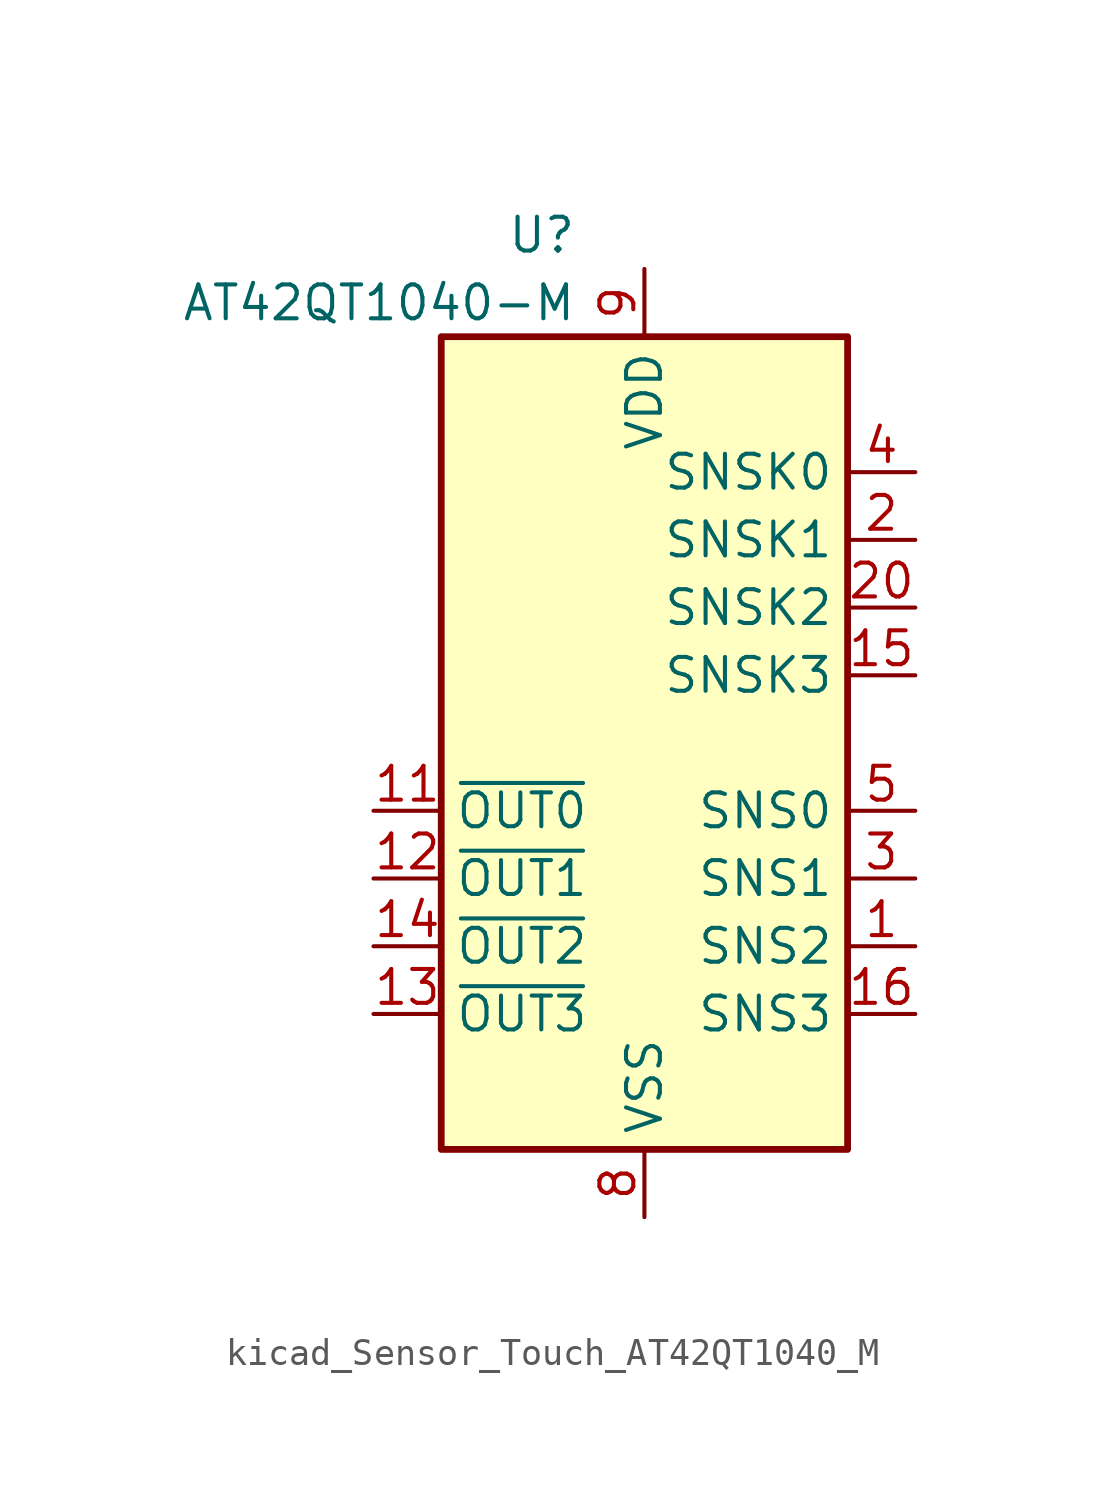
<source format=kicad_sym>
(kicad_symbol_lib
  (version 20220914)
  (generator kicad_symbol_editor)
  (symbol "kicad_Sensor_Touch_AT42QT1040_M"
    (property "Reference" "U"
      (at -2.54 19.05 0)
      (effects (font (size 1.27 1.27)) (justify right)))
    (property "Value" "AT42QT1040-M"
      (at -2.54 16.51 0)
      (effects (font (size 1.27 1.27)) (justify right)))
    (symbol "kicad_Sensor_Touch_AT42QT1040_M_0_1"
      (rectangle (start -7.62 15.24) (end 7.62 -15.24) (stroke (width 0.254) (type default)) (fill (type background))))
    (symbol "kicad_Sensor_Touch_AT42QT1040_M_1_1"
      (pin passive line (at 10.16 -7.62 180) (length 2.54) (name "SNS2" (effects (font (size 1.27 1.27)))) (number "1" (effects (font (size 1.27 1.27)))))
      (pin no_connect line (at -7.62 7.62 0) (length 2.54) hide (name "NC" (effects (font (size 1.27 1.27)))) (number "10" (effects (font (size 1.27 1.27)))))
      (pin open_collector line (at -10.16 -2.54 0) (length 2.54) (name "~{OUT0}" (effects (font (size 1.27 1.27)))) (number "11" (effects (font (size 1.27 1.27)))))
      (pin open_collector line (at -10.16 -5.08 0) (length 2.54) (name "~{OUT1}" (effects (font (size 1.27 1.27)))) (number "12" (effects (font (size 1.27 1.27)))))
      (pin open_collector line (at -10.16 -10.16 0) (length 2.54) (name "~{OUT3}" (effects (font (size 1.27 1.27)))) (number "13" (effects (font (size 1.27 1.27)))))
      (pin open_collector line (at -10.16 -7.62 0) (length 2.54) (name "~{OUT2}" (effects (font (size 1.27 1.27)))) (number "14" (effects (font (size 1.27 1.27)))))
      (pin passive line (at 10.16 2.54 180) (length 2.54) (name "SNSK3" (effects (font (size 1.27 1.27)))) (number "15" (effects (font (size 1.27 1.27)))))
      (pin passive line (at 10.16 -10.16 180) (length 2.54) (name "SNS3" (effects (font (size 1.27 1.27)))) (number "16" (effects (font (size 1.27 1.27)))))
      (pin no_connect line (at -7.62 5.08 0) (length 2.54) hide (name "NC" (effects (font (size 1.27 1.27)))) (number "17" (effects (font (size 1.27 1.27)))))
      (pin no_connect line (at -7.62 2.54 0) (length 2.54) hide (name "NC" (effects (font (size 1.27 1.27)))) (number "18" (effects (font (size 1.27 1.27)))))
      (pin no_connect line (at -7.62 0 0) (length 2.54) hide (name "NC" (effects (font (size 1.27 1.27)))) (number "19" (effects (font (size 1.27 1.27)))))
      (pin passive line (at 10.16 7.62 180) (length 2.54) (name "SNSK1" (effects (font (size 1.27 1.27)))) (number "2" (effects (font (size 1.27 1.27)))))
      (pin passive line (at 10.16 5.08 180) (length 2.54) (name "SNSK2" (effects (font (size 1.27 1.27)))) (number "20" (effects (font (size 1.27 1.27)))))
      (pin passive line (at 0 -17.78 90) (length 2.54) hide (name "VSS" (effects (font (size 1.27 1.27)))) (number "21" (effects (font (size 1.27 1.27)))))
      (pin passive line (at 10.16 -5.08 180) (length 2.54) (name "SNS1" (effects (font (size 1.27 1.27)))) (number "3" (effects (font (size 1.27 1.27)))))
      (pin passive line (at 10.16 10.16 180) (length 2.54) (name "SNSK0" (effects (font (size 1.27 1.27)))) (number "4" (effects (font (size 1.27 1.27)))))
      (pin passive line (at 10.16 -2.54 180) (length 2.54) (name "SNS0" (effects (font (size 1.27 1.27)))) (number "5" (effects (font (size 1.27 1.27)))))
      (pin no_connect line (at -7.62 12.7 0) (length 2.54) hide (name "NC" (effects (font (size 1.27 1.27)))) (number "6" (effects (font (size 1.27 1.27)))))
      (pin no_connect line (at -7.62 10.16 0) (length 2.54) hide (name "NC" (effects (font (size 1.27 1.27)))) (number "7" (effects (font (size 1.27 1.27)))))
      (pin power_in line (at 0 -17.78 90) (length 2.54) (name "VSS" (effects (font (size 1.27 1.27)))) (number "8" (effects (font (size 1.27 1.27)))))
      (pin power_in line (at 0 17.78 270) (length 2.54) (name "VDD" (effects (font (size 1.27 1.27)))) (number "9" (effects (font (size 1.27 1.27))))))))
</source>
